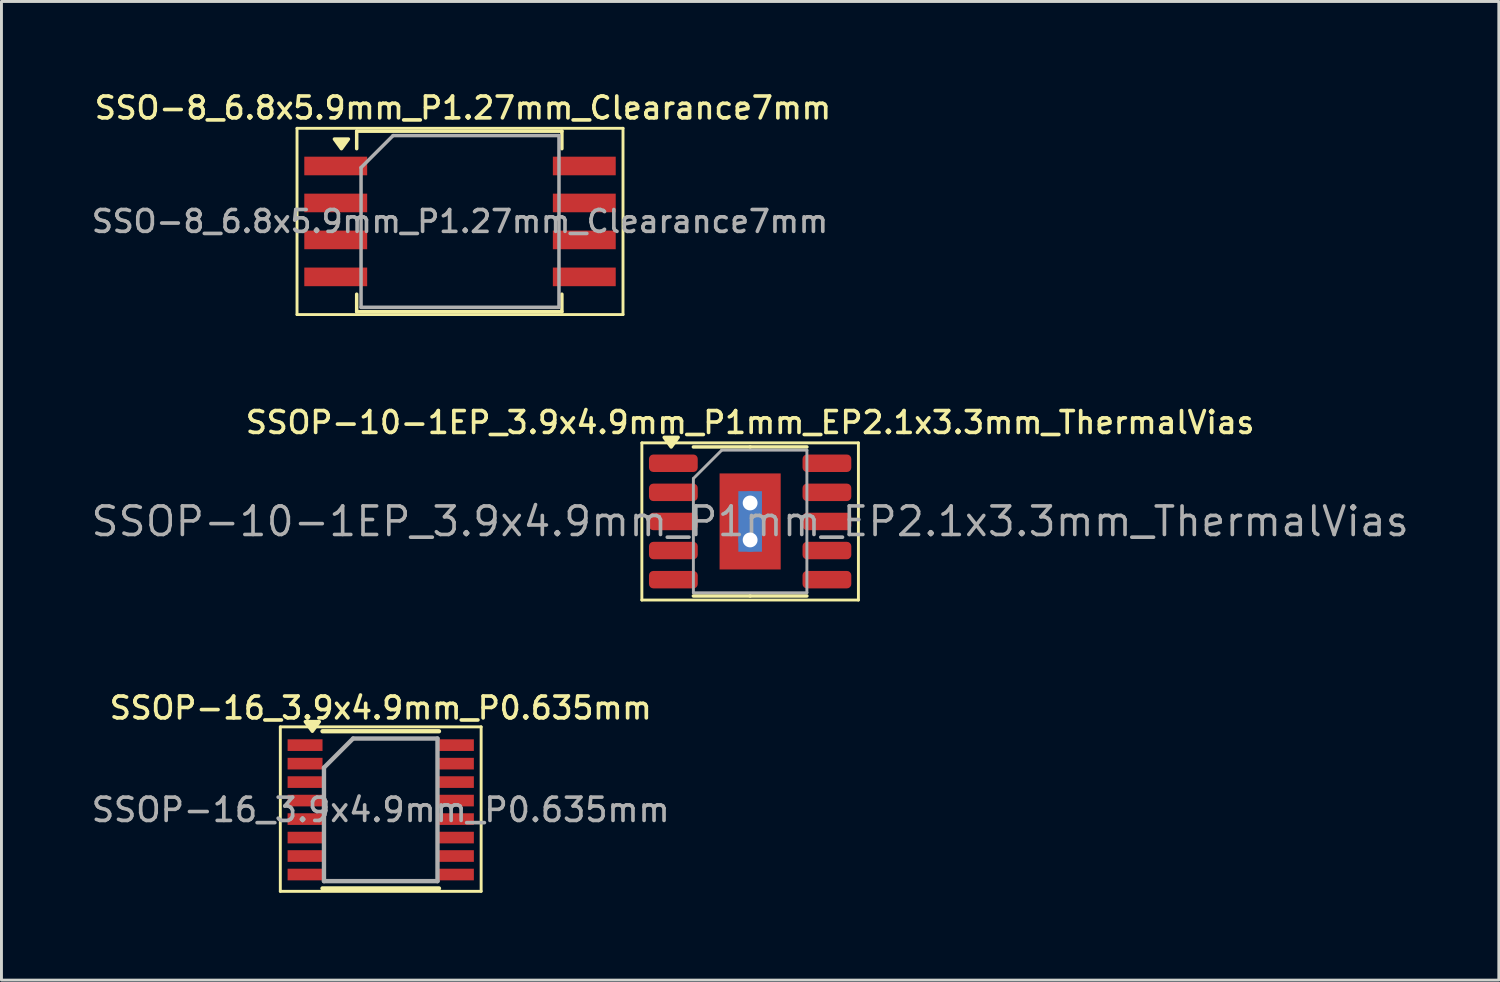
<source format=kicad_pcb>
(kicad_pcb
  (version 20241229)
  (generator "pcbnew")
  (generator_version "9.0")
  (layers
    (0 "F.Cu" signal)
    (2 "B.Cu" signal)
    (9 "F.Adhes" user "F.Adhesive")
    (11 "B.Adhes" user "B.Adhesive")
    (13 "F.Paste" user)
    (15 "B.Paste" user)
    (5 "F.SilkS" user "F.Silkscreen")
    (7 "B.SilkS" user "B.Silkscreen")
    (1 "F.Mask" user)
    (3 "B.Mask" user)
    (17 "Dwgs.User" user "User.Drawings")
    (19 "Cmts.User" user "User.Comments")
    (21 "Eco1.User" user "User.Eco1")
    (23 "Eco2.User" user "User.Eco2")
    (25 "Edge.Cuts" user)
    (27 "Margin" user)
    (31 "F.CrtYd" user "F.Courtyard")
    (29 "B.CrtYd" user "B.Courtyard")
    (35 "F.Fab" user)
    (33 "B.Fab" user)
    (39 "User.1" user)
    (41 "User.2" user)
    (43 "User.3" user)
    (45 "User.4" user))
  (footprint "SSOP-16_3.9x4.9mm_P0.635mm"
    (layer "F.Cu")
    (at 10.031 24.774)
    (property "Reference" "SSOP-16_3.9x4.9mm_P0.635mm" (at 0 -3.5 0) (layer "F.SilkS") (effects (font (size 0.75 0.75) (thickness 0.125))))
    (attr smd)
    (fp_line (start -3.45 -2.85) (end -3.45 2.8) (stroke (width 0.1) (type solid)) (layer "F.SilkS"))
    (fp_line (start -3.45 -2.85) (end 3.45 -2.85) (stroke (width 0.1) (type solid)) (layer "F.SilkS"))
    (fp_line (start -3.45 2.8) (end 3.45 2.8) (stroke (width 0.1) (type solid)) (layer "F.SilkS"))
    (fp_line (start -2 -2.7) (end 2 -2.7) (stroke (width 0.15) (type solid)) (layer "F.SilkS"))
    (fp_line (start -2 2.7) (end 2 2.7) (stroke (width 0.15) (type solid)) (layer "F.SilkS"))
    (fp_line (start 3.45 -2.85) (end 3.45 2.8) (stroke (width 0.1) (type solid)) (layer "F.SilkS"))
    (fp_poly (pts (xy -2.35 -2.7) (xy -2.59 -3.03) (xy -2.11 -3.03) (xy -2.35 -2.7)) (stroke (width 0.12) (type solid)) (fill yes) (layer "F.SilkS"))
    (fp_line (start -1.95 -1.45) (end -0.95 -2.45) (stroke (width 0.15) (type solid)) (layer "F.Fab"))
    (fp_line (start -1.95 2.45) (end -1.95 -1.45) (stroke (width 0.15) (type solid)) (layer "F.Fab"))
    (fp_line (start -0.95 -2.45) (end 1.95 -2.45) (stroke (width 0.15) (type solid)) (layer "F.Fab"))
    (fp_line (start 1.95 -2.45) (end 1.95 2.45) (stroke (width 0.15) (type solid)) (layer "F.Fab"))
    (fp_line (start 1.95 2.45) (end -1.95 2.45) (stroke (width 0.15) (type solid)) (layer "F.Fab"))
    (fp_text user "${REFERENCE}" (at 0 0 0) (layer "F.Fab") (effects (font (size 0.8 0.8) (thickness 0.125))))
    (pad "1" smd rect (at -2.6 -2.223) (size 1.2 0.4) (layers "F.Cu" "F.Mask" "F.Paste"))
    (pad "2" smd rect (at -2.6 -1.587) (size 1.2 0.4) (layers "F.Cu" "F.Mask" "F.Paste"))
    (pad "3" smd rect (at -2.6 -0.953) (size 1.2 0.4) (layers "F.Cu" "F.Mask" "F.Paste"))
    (pad "4" smd rect (at -2.6 -0.318) (size 1.2 0.4) (layers "F.Cu" "F.Mask" "F.Paste"))
    (pad "5" smd rect (at -2.6 0.318) (size 1.2 0.4) (layers "F.Cu" "F.Mask" "F.Paste"))
    (pad "6" smd rect (at -2.6 0.953) (size 1.2 0.4) (layers "F.Cu" "F.Mask" "F.Paste"))
    (pad "7" smd rect (at -2.6 1.587) (size 1.2 0.4) (layers "F.Cu" "F.Mask" "F.Paste"))
    (pad "8" smd rect (at -2.6 2.223) (size 1.2 0.4) (layers "F.Cu" "F.Mask" "F.Paste"))
    (pad "9" smd rect (at 2.6 2.223) (size 1.2 0.4) (layers "F.Cu" "F.Mask" "F.Paste"))
    (pad "10" smd rect (at 2.6 1.587) (size 1.2 0.4) (layers "F.Cu" "F.Mask" "F.Paste"))
    (pad "11" smd rect (at 2.6 0.953) (size 1.2 0.4) (layers "F.Cu" "F.Mask" "F.Paste"))
    (pad "12" smd rect (at 2.6 0.318) (size 1.2 0.4) (layers "F.Cu" "F.Mask" "F.Paste"))
    (pad "13" smd rect (at 2.6 -0.318) (size 1.2 0.4) (layers "F.Cu" "F.Mask" "F.Paste"))
    (pad "14" smd rect (at 2.6 -0.953) (size 1.2 0.4) (layers "F.Cu" "F.Mask" "F.Paste"))
    (pad "15" smd rect (at 2.6 -1.587) (size 1.2 0.4) (layers "F.Cu" "F.Mask" "F.Paste"))
    (pad "16" smd rect (at 2.6 -2.223) (size 1.2 0.4) (layers "F.Cu" "F.Mask" "F.Paste")))
  (footprint "SSO-8_6.8x5.9mm_P1.27mm_Clearance7mm"
    (layer "F.Cu")
    (at 12.755 4.558)
    (property "Reference" "SSO-8_6.8x5.9mm_P1.27mm_Clearance7mm" (at 0.1 -3.9 0) (layer "F.SilkS") (effects (font (size 0.75 0.75) (thickness 0.125))))
    (attr smd)
    (fp_line (start -5.6 -3.2) (end -5.6 3.2) (stroke (width 0.1) (type solid)) (layer "F.SilkS"))
    (fp_line (start -5.6 -3.2) (end 5.6 -3.2) (stroke (width 0.1) (type solid)) (layer "F.SilkS"))
    (fp_line (start -3.55 -3.1) (end -3.55 -2.5) (stroke (width 0.12) (type solid)) (layer "F.SilkS"))
    (fp_line (start -3.55 3.1) (end -3.55 2.5) (stroke (width 0.12) (type solid)) (layer "F.SilkS"))
    (fp_line (start -3.55 3.1) (end 3.5 3.1) (stroke (width 0.12) (type solid)) (layer "F.SilkS"))
    (fp_line (start 3.5 -3.1) (end -3.55 -3.1) (stroke (width 0.12) (type solid)) (layer "F.SilkS"))
    (fp_line (start 3.5 -3.1) (end 3.5 -2.5) (stroke (width 0.12) (type solid)) (layer "F.SilkS"))
    (fp_line (start 3.5 3.1) (end 3.5 2.5) (stroke (width 0.12) (type solid)) (layer "F.SilkS"))
    (fp_line (start 5.6 3.2) (end -5.6 3.2) (stroke (width 0.1) (type solid)) (layer "F.SilkS"))
    (fp_line (start 5.6 3.2) (end 5.6 -3.2) (stroke (width 0.1) (type solid)) (layer "F.SilkS"))
    (fp_poly (pts (xy -4.075 -2.5) (xy -4.315 -2.83) (xy -3.835 -2.83) (xy -4.075 -2.5)) (stroke (width 0.12) (type solid)) (fill yes) (layer "F.SilkS"))
    (fp_line (start -3.4 -1.85) (end -3.4 2.95) (stroke (width 0.12) (type solid)) (layer "F.Fab"))
    (fp_line (start -3.4 2.95) (end 3.4 2.95) (stroke (width 0.12) (type solid)) (layer "F.Fab"))
    (fp_line (start -2.3 -2.95) (end -3.4 -1.85) (stroke (width 0.12) (type solid)) (layer "F.Fab"))
    (fp_line (start 3.4 -2.95) (end -2.3 -2.95) (stroke (width 0.12) (type solid)) (layer "F.Fab"))
    (fp_line (start 3.4 2.95) (end 3.4 -2.95) (stroke (width 0.12) (type solid)) (layer "F.Fab"))
    (fp_text user "${REFERENCE}" (at 0 0 0) (layer "F.Fab") (effects (font (size 0.75 0.75) (thickness 0.125))))
    (pad "1" smd rect (at -4.27 -1.905) (size 2.16 0.64) (layers "F.Cu" "F.Mask" "F.Paste"))
    (pad "2" smd rect (at -4.27 -0.635) (size 2.16 0.64) (layers "F.Cu" "F.Mask" "F.Paste"))
    (pad "3" smd rect (at -4.27 0.635) (size 2.16 0.64) (layers "F.Cu" "F.Mask" "F.Paste"))
    (pad "4" smd rect (at -4.27 1.905) (size 2.16 0.64) (layers "F.Cu" "F.Mask" "F.Paste"))
    (pad "5" smd rect (at 4.27 1.905) (size 2.16 0.64) (layers "F.Cu" "F.Mask" "F.Paste"))
    (pad "6" smd rect (at 4.27 0.635) (size 2.16 0.64) (layers "F.Cu" "F.Mask" "F.Paste"))
    (pad "7" smd rect (at 4.27 -0.635) (size 2.16 0.64) (layers "F.Cu" "F.Mask" "F.Paste"))
    (pad "8" smd rect (at 4.27 -1.905) (size 2.16 0.64) (layers "F.Cu" "F.Mask" "F.Paste")))
  (footprint "SSOP-10-1EP_3.9x4.9mm_P1mm_EP2.1x3.3mm_ThermalVias"
    (layer "F.Cu")
    (at 22.723 14.866)
    (property "Reference" "SSOP-10-1EP_3.9x4.9mm_P1mm_EP2.1x3.3mm_ThermalVias" (at 0 -3.4 0) (layer "F.SilkS") (effects (font (size 0.75 0.75) (thickness 0.125))))
    (attr smd)
    (fp_line (start -3.72 -2.7) (end -3.72 2.7) (stroke (width 0.1) (type solid)) (layer "F.SilkS"))
    (fp_line (start -3.72 2.7) (end 3.72 2.7) (stroke (width 0.1) (type solid)) (layer "F.SilkS"))
    (fp_line (start 0 -2.56) (end -1.95 -2.56) (stroke (width 0.12) (type solid)) (layer "F.SilkS"))
    (fp_line (start 0 -2.56) (end 1.95 -2.56) (stroke (width 0.12) (type solid)) (layer "F.SilkS"))
    (fp_line (start 0 2.56) (end -1.95 2.56) (stroke (width 0.12) (type solid)) (layer "F.SilkS"))
    (fp_line (start 0 2.56) (end 1.95 2.56) (stroke (width 0.12) (type solid)) (layer "F.SilkS"))
    (fp_line (start 3.72 -2.7) (end -3.72 -2.7) (stroke (width 0.1) (type solid)) (layer "F.SilkS"))
    (fp_line (start 3.72 2.7) (end 3.72 -2.7) (stroke (width 0.1) (type solid)) (layer "F.SilkS"))
    (fp_poly (pts (xy -2.712 -2.56) (xy -2.953 -2.89) (xy -2.473 -2.89) (xy -2.712 -2.56)) (stroke (width 0.12) (type solid)) (fill yes) (layer "F.SilkS"))
    (fp_line (start -1.95 -1.475) (end -0.975 -2.45) (stroke (width 0.1) (type solid)) (layer "F.Fab"))
    (fp_line (start -1.95 2.45) (end -1.95 -1.475) (stroke (width 0.1) (type solid)) (layer "F.Fab"))
    (fp_line (start -0.975 -2.45) (end 1.95 -2.45) (stroke (width 0.1) (type solid)) (layer "F.Fab"))
    (fp_line (start 1.95 -2.45) (end 1.95 2.45) (stroke (width 0.1) (type solid)) (layer "F.Fab"))
    (fp_line (start 1.95 2.45) (end -1.95 2.45) (stroke (width 0.1) (type solid)) (layer "F.Fab"))
    (fp_text user "${REFERENCE}" (at 0 0 0) (layer "F.Fab") (effects (font (size 0.98 0.98) (thickness 0.125))))
    (pad "" smd roundrect (at 0 0) (size 1.69 2.66) (layers "F.Paste") (roundrect_rratio 0.148))
    (pad "1" smd roundrect (at -2.638 -2) (size 1.675 0.6) (layers "F.Cu" "F.Mask" "F.Paste") (roundrect_rratio 0.25))
    (pad "2" smd roundrect (at -2.638 -1) (size 1.675 0.6) (layers "F.Cu" "F.Mask" "F.Paste") (roundrect_rratio 0.25))
    (pad "3" smd roundrect (at -2.638 0) (size 1.675 0.6) (layers "F.Cu" "F.Mask" "F.Paste") (roundrect_rratio 0.25))
    (pad "4" smd roundrect (at -2.638 1) (size 1.675 0.6) (layers "F.Cu" "F.Mask" "F.Paste") (roundrect_rratio 0.25))
    (pad "5" smd roundrect (at -2.638 2) (size 1.675 0.6) (layers "F.Cu" "F.Mask" "F.Paste") (roundrect_rratio 0.25))
    (pad "6" smd roundrect (at 2.638 2) (size 1.675 0.6) (layers "F.Cu" "F.Mask" "F.Paste") (roundrect_rratio 0.25))
    (pad "7" smd roundrect (at 2.638 1) (size 1.675 0.6) (layers "F.Cu" "F.Mask" "F.Paste") (roundrect_rratio 0.25))
    (pad "8" smd roundrect (at 2.638 0) (size 1.675 0.6) (layers "F.Cu" "F.Mask" "F.Paste") (roundrect_rratio 0.25))
    (pad "9" smd roundrect (at 2.638 -1) (size 1.675 0.6) (layers "F.Cu" "F.Mask" "F.Paste") (roundrect_rratio 0.25))
    (pad "10" smd roundrect (at 2.638 -2) (size 1.675 0.6) (layers "F.Cu" "F.Mask" "F.Paste") (roundrect_rratio 0.25))
    (pad "11" thru_hole circle (at 0 -0.635) (size 0.81 0.81) (drill 0.51) (property pad_prop_heatsink) (layers "*.Cu"))
    (pad "11" smd rect (at 0 0) (size 0.81 2.08) (property pad_prop_heatsink) (layers "B.Cu"))
    (pad "11" smd rect (at 0 0) (size 2.1 3.3) (property pad_prop_heatsink) (layers "F.Cu" "F.Mask"))
    (pad "11" thru_hole circle (at 0 0.635) (size 0.81 0.81) (drill 0.51) (property pad_prop_heatsink) (layers "*.Cu")))
  (gr_rect
    (start -3 -3)
    (end 48.446 30.624)
    (stroke (width 0.1) (type default))
    (fill no)
    (layer "Edge.Cuts")))
</source>
